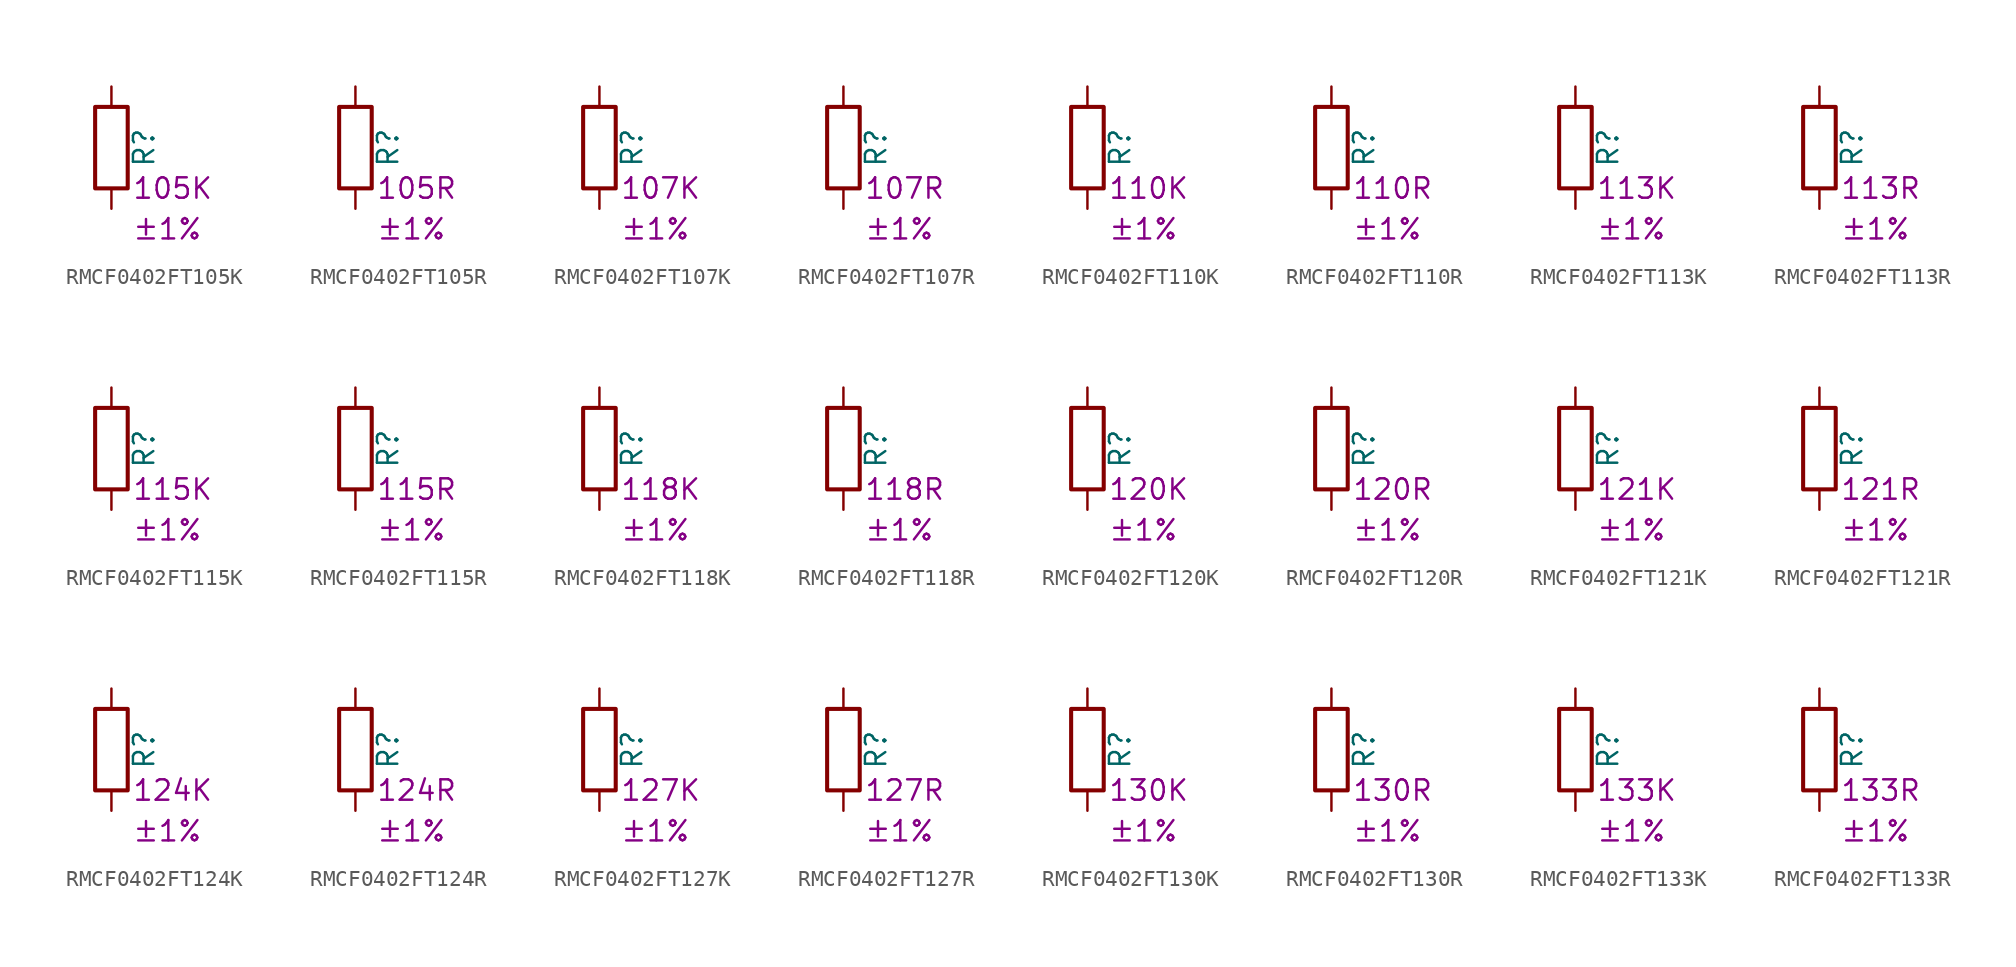
<source format=kicad_sym>
(kicad_symbol_lib
  (version 20220914)
  (generator kicad_symbol_editor)
  (symbol "RMCF0402FT105K"
    (pin_numbers hide)
    (pin_names
      (offset 0))
    (property "Reference" "R"
      (at 2.032 0 90)
      (effects (font (size 1.27 1.27))))
    (property "Resistance" "105K"
      (at 1.27 -2.54 0)
      (effects (font (size 1.27 1.27)) (justify left)))
    (property "Tolerance" "±1%"
      (at 1.27 -5.08 0)
      (effects (font (size 1.27 1.27)) (justify left)))
    (symbol "RMCF0402FT105K_0_1"
      (rectangle (start -1.016 -2.54) (end 1.016 2.54) (stroke (width 0.254) (type default)) (fill (type none))))
    (symbol "RMCF0402FT105K_1_1"
      (pin passive line (at 0 3.81 270) (length 1.27) (name "~" (effects (font (size 1.27 1.27)))) (number "1" (effects (font (size 1.27 1.27)))))
      (pin passive line (at 0 -3.81 90) (length 1.27) (name "~" (effects (font (size 1.27 1.27)))) (number "2" (effects (font (size 1.27 1.27)))))))
  (symbol "RMCF0402FT105R"
    (pin_numbers hide)
    (pin_names
      (offset 0))
    (property "Reference" "R"
      (at 2.032 0 90)
      (effects (font (size 1.27 1.27))))
    (property "Resistance" "105R"
      (at 1.27 -2.54 0)
      (effects (font (size 1.27 1.27)) (justify left)))
    (property "Tolerance" "±1%"
      (at 1.27 -5.08 0)
      (effects (font (size 1.27 1.27)) (justify left)))
    (symbol "RMCF0402FT105R_0_1"
      (rectangle (start -1.016 -2.54) (end 1.016 2.54) (stroke (width 0.254) (type default)) (fill (type none))))
    (symbol "RMCF0402FT105R_1_1"
      (pin passive line (at 0 3.81 270) (length 1.27) (name "~" (effects (font (size 1.27 1.27)))) (number "1" (effects (font (size 1.27 1.27)))))
      (pin passive line (at 0 -3.81 90) (length 1.27) (name "~" (effects (font (size 1.27 1.27)))) (number "2" (effects (font (size 1.27 1.27)))))))
  (symbol "RMCF0402FT107K"
    (pin_numbers hide)
    (pin_names
      (offset 0))
    (property "Reference" "R"
      (at 2.032 0 90)
      (effects (font (size 1.27 1.27))))
    (property "Resistance" "107K"
      (at 1.27 -2.54 0)
      (effects (font (size 1.27 1.27)) (justify left)))
    (property "Tolerance" "±1%"
      (at 1.27 -5.08 0)
      (effects (font (size 1.27 1.27)) (justify left)))
    (symbol "RMCF0402FT107K_0_1"
      (rectangle (start -1.016 -2.54) (end 1.016 2.54) (stroke (width 0.254) (type default)) (fill (type none))))
    (symbol "RMCF0402FT107K_1_1"
      (pin passive line (at 0 3.81 270) (length 1.27) (name "~" (effects (font (size 1.27 1.27)))) (number "1" (effects (font (size 1.27 1.27)))))
      (pin passive line (at 0 -3.81 90) (length 1.27) (name "~" (effects (font (size 1.27 1.27)))) (number "2" (effects (font (size 1.27 1.27)))))))
  (symbol "RMCF0402FT107R"
    (pin_numbers hide)
    (pin_names
      (offset 0))
    (property "Reference" "R"
      (at 2.032 0 90)
      (effects (font (size 1.27 1.27))))
    (property "Resistance" "107R"
      (at 1.27 -2.54 0)
      (effects (font (size 1.27 1.27)) (justify left)))
    (property "Tolerance" "±1%"
      (at 1.27 -5.08 0)
      (effects (font (size 1.27 1.27)) (justify left)))
    (symbol "RMCF0402FT107R_0_1"
      (rectangle (start -1.016 -2.54) (end 1.016 2.54) (stroke (width 0.254) (type default)) (fill (type none))))
    (symbol "RMCF0402FT107R_1_1"
      (pin passive line (at 0 3.81 270) (length 1.27) (name "~" (effects (font (size 1.27 1.27)))) (number "1" (effects (font (size 1.27 1.27)))))
      (pin passive line (at 0 -3.81 90) (length 1.27) (name "~" (effects (font (size 1.27 1.27)))) (number "2" (effects (font (size 1.27 1.27)))))))
  (symbol "RMCF0402FT110K"
    (pin_numbers hide)
    (pin_names
      (offset 0))
    (property "Reference" "R"
      (at 2.032 0 90)
      (effects (font (size 1.27 1.27))))
    (property "Resistance" "110K"
      (at 1.27 -2.54 0)
      (effects (font (size 1.27 1.27)) (justify left)))
    (property "Tolerance" "±1%"
      (at 1.27 -5.08 0)
      (effects (font (size 1.27 1.27)) (justify left)))
    (symbol "RMCF0402FT110K_0_1"
      (rectangle (start -1.016 -2.54) (end 1.016 2.54) (stroke (width 0.254) (type default)) (fill (type none))))
    (symbol "RMCF0402FT110K_1_1"
      (pin passive line (at 0 3.81 270) (length 1.27) (name "~" (effects (font (size 1.27 1.27)))) (number "1" (effects (font (size 1.27 1.27)))))
      (pin passive line (at 0 -3.81 90) (length 1.27) (name "~" (effects (font (size 1.27 1.27)))) (number "2" (effects (font (size 1.27 1.27)))))))
  (symbol "RMCF0402FT110R"
    (pin_numbers hide)
    (pin_names
      (offset 0))
    (property "Reference" "R"
      (at 2.032 0 90)
      (effects (font (size 1.27 1.27))))
    (property "Resistance" "110R"
      (at 1.27 -2.54 0)
      (effects (font (size 1.27 1.27)) (justify left)))
    (property "Tolerance" "±1%"
      (at 1.27 -5.08 0)
      (effects (font (size 1.27 1.27)) (justify left)))
    (symbol "RMCF0402FT110R_0_1"
      (rectangle (start -1.016 -2.54) (end 1.016 2.54) (stroke (width 0.254) (type default)) (fill (type none))))
    (symbol "RMCF0402FT110R_1_1"
      (pin passive line (at 0 3.81 270) (length 1.27) (name "~" (effects (font (size 1.27 1.27)))) (number "1" (effects (font (size 1.27 1.27)))))
      (pin passive line (at 0 -3.81 90) (length 1.27) (name "~" (effects (font (size 1.27 1.27)))) (number "2" (effects (font (size 1.27 1.27)))))))
  (symbol "RMCF0402FT113K"
    (pin_numbers hide)
    (pin_names
      (offset 0))
    (property "Reference" "R"
      (at 2.032 0 90)
      (effects (font (size 1.27 1.27))))
    (property "Resistance" "113K"
      (at 1.27 -2.54 0)
      (effects (font (size 1.27 1.27)) (justify left)))
    (property "Tolerance" "±1%"
      (at 1.27 -5.08 0)
      (effects (font (size 1.27 1.27)) (justify left)))
    (symbol "RMCF0402FT113K_0_1"
      (rectangle (start -1.016 -2.54) (end 1.016 2.54) (stroke (width 0.254) (type default)) (fill (type none))))
    (symbol "RMCF0402FT113K_1_1"
      (pin passive line (at 0 3.81 270) (length 1.27) (name "~" (effects (font (size 1.27 1.27)))) (number "1" (effects (font (size 1.27 1.27)))))
      (pin passive line (at 0 -3.81 90) (length 1.27) (name "~" (effects (font (size 1.27 1.27)))) (number "2" (effects (font (size 1.27 1.27)))))))
  (symbol "RMCF0402FT113R"
    (pin_numbers hide)
    (pin_names
      (offset 0))
    (property "Reference" "R"
      (at 2.032 0 90)
      (effects (font (size 1.27 1.27))))
    (property "Resistance" "113R"
      (at 1.27 -2.54 0)
      (effects (font (size 1.27 1.27)) (justify left)))
    (property "Tolerance" "±1%"
      (at 1.27 -5.08 0)
      (effects (font (size 1.27 1.27)) (justify left)))
    (symbol "RMCF0402FT113R_0_1"
      (rectangle (start -1.016 -2.54) (end 1.016 2.54) (stroke (width 0.254) (type default)) (fill (type none))))
    (symbol "RMCF0402FT113R_1_1"
      (pin passive line (at 0 3.81 270) (length 1.27) (name "~" (effects (font (size 1.27 1.27)))) (number "1" (effects (font (size 1.27 1.27)))))
      (pin passive line (at 0 -3.81 90) (length 1.27) (name "~" (effects (font (size 1.27 1.27)))) (number "2" (effects (font (size 1.27 1.27)))))))
  (symbol "RMCF0402FT115K"
    (pin_numbers hide)
    (pin_names
      (offset 0))
    (property "Reference" "R"
      (at 2.032 0 90)
      (effects (font (size 1.27 1.27))))
    (property "Resistance" "115K"
      (at 1.27 -2.54 0)
      (effects (font (size 1.27 1.27)) (justify left)))
    (property "Tolerance" "±1%"
      (at 1.27 -5.08 0)
      (effects (font (size 1.27 1.27)) (justify left)))
    (symbol "RMCF0402FT115K_0_1"
      (rectangle (start -1.016 -2.54) (end 1.016 2.54) (stroke (width 0.254) (type default)) (fill (type none))))
    (symbol "RMCF0402FT115K_1_1"
      (pin passive line (at 0 3.81 270) (length 1.27) (name "~" (effects (font (size 1.27 1.27)))) (number "1" (effects (font (size 1.27 1.27)))))
      (pin passive line (at 0 -3.81 90) (length 1.27) (name "~" (effects (font (size 1.27 1.27)))) (number "2" (effects (font (size 1.27 1.27)))))))
  (symbol "RMCF0402FT115R"
    (pin_numbers hide)
    (pin_names
      (offset 0))
    (property "Reference" "R"
      (at 2.032 0 90)
      (effects (font (size 1.27 1.27))))
    (property "Resistance" "115R"
      (at 1.27 -2.54 0)
      (effects (font (size 1.27 1.27)) (justify left)))
    (property "Tolerance" "±1%"
      (at 1.27 -5.08 0)
      (effects (font (size 1.27 1.27)) (justify left)))
    (symbol "RMCF0402FT115R_0_1"
      (rectangle (start -1.016 -2.54) (end 1.016 2.54) (stroke (width 0.254) (type default)) (fill (type none))))
    (symbol "RMCF0402FT115R_1_1"
      (pin passive line (at 0 3.81 270) (length 1.27) (name "~" (effects (font (size 1.27 1.27)))) (number "1" (effects (font (size 1.27 1.27)))))
      (pin passive line (at 0 -3.81 90) (length 1.27) (name "~" (effects (font (size 1.27 1.27)))) (number "2" (effects (font (size 1.27 1.27)))))))
  (symbol "RMCF0402FT118K"
    (pin_numbers hide)
    (pin_names
      (offset 0))
    (property "Reference" "R"
      (at 2.032 0 90)
      (effects (font (size 1.27 1.27))))
    (property "Resistance" "118K"
      (at 1.27 -2.54 0)
      (effects (font (size 1.27 1.27)) (justify left)))
    (property "Tolerance" "±1%"
      (at 1.27 -5.08 0)
      (effects (font (size 1.27 1.27)) (justify left)))
    (symbol "RMCF0402FT118K_0_1"
      (rectangle (start -1.016 -2.54) (end 1.016 2.54) (stroke (width 0.254) (type default)) (fill (type none))))
    (symbol "RMCF0402FT118K_1_1"
      (pin passive line (at 0 3.81 270) (length 1.27) (name "~" (effects (font (size 1.27 1.27)))) (number "1" (effects (font (size 1.27 1.27)))))
      (pin passive line (at 0 -3.81 90) (length 1.27) (name "~" (effects (font (size 1.27 1.27)))) (number "2" (effects (font (size 1.27 1.27)))))))
  (symbol "RMCF0402FT118R"
    (pin_numbers hide)
    (pin_names
      (offset 0))
    (property "Reference" "R"
      (at 2.032 0 90)
      (effects (font (size 1.27 1.27))))
    (property "Resistance" "118R"
      (at 1.27 -2.54 0)
      (effects (font (size 1.27 1.27)) (justify left)))
    (property "Tolerance" "±1%"
      (at 1.27 -5.08 0)
      (effects (font (size 1.27 1.27)) (justify left)))
    (symbol "RMCF0402FT118R_0_1"
      (rectangle (start -1.016 -2.54) (end 1.016 2.54) (stroke (width 0.254) (type default)) (fill (type none))))
    (symbol "RMCF0402FT118R_1_1"
      (pin passive line (at 0 3.81 270) (length 1.27) (name "~" (effects (font (size 1.27 1.27)))) (number "1" (effects (font (size 1.27 1.27)))))
      (pin passive line (at 0 -3.81 90) (length 1.27) (name "~" (effects (font (size 1.27 1.27)))) (number "2" (effects (font (size 1.27 1.27)))))))
  (symbol "RMCF0402FT120K"
    (pin_numbers hide)
    (pin_names
      (offset 0))
    (property "Reference" "R"
      (at 2.032 0 90)
      (effects (font (size 1.27 1.27))))
    (property "Resistance" "120K"
      (at 1.27 -2.54 0)
      (effects (font (size 1.27 1.27)) (justify left)))
    (property "Tolerance" "±1%"
      (at 1.27 -5.08 0)
      (effects (font (size 1.27 1.27)) (justify left)))
    (symbol "RMCF0402FT120K_0_1"
      (rectangle (start -1.016 -2.54) (end 1.016 2.54) (stroke (width 0.254) (type default)) (fill (type none))))
    (symbol "RMCF0402FT120K_1_1"
      (pin passive line (at 0 3.81 270) (length 1.27) (name "~" (effects (font (size 1.27 1.27)))) (number "1" (effects (font (size 1.27 1.27)))))
      (pin passive line (at 0 -3.81 90) (length 1.27) (name "~" (effects (font (size 1.27 1.27)))) (number "2" (effects (font (size 1.27 1.27)))))))
  (symbol "RMCF0402FT120R"
    (pin_numbers hide)
    (pin_names
      (offset 0))
    (property "Reference" "R"
      (at 2.032 0 90)
      (effects (font (size 1.27 1.27))))
    (property "Resistance" "120R"
      (at 1.27 -2.54 0)
      (effects (font (size 1.27 1.27)) (justify left)))
    (property "Tolerance" "±1%"
      (at 1.27 -5.08 0)
      (effects (font (size 1.27 1.27)) (justify left)))
    (symbol "RMCF0402FT120R_0_1"
      (rectangle (start -1.016 -2.54) (end 1.016 2.54) (stroke (width 0.254) (type default)) (fill (type none))))
    (symbol "RMCF0402FT120R_1_1"
      (pin passive line (at 0 3.81 270) (length 1.27) (name "~" (effects (font (size 1.27 1.27)))) (number "1" (effects (font (size 1.27 1.27)))))
      (pin passive line (at 0 -3.81 90) (length 1.27) (name "~" (effects (font (size 1.27 1.27)))) (number "2" (effects (font (size 1.27 1.27)))))))
  (symbol "RMCF0402FT121K"
    (pin_numbers hide)
    (pin_names
      (offset 0))
    (property "Reference" "R"
      (at 2.032 0 90)
      (effects (font (size 1.27 1.27))))
    (property "Resistance" "121K"
      (at 1.27 -2.54 0)
      (effects (font (size 1.27 1.27)) (justify left)))
    (property "Tolerance" "±1%"
      (at 1.27 -5.08 0)
      (effects (font (size 1.27 1.27)) (justify left)))
    (symbol "RMCF0402FT121K_0_1"
      (rectangle (start -1.016 -2.54) (end 1.016 2.54) (stroke (width 0.254) (type default)) (fill (type none))))
    (symbol "RMCF0402FT121K_1_1"
      (pin passive line (at 0 3.81 270) (length 1.27) (name "~" (effects (font (size 1.27 1.27)))) (number "1" (effects (font (size 1.27 1.27)))))
      (pin passive line (at 0 -3.81 90) (length 1.27) (name "~" (effects (font (size 1.27 1.27)))) (number "2" (effects (font (size 1.27 1.27)))))))
  (symbol "RMCF0402FT121R"
    (pin_numbers hide)
    (pin_names
      (offset 0))
    (property "Reference" "R"
      (at 2.032 0 90)
      (effects (font (size 1.27 1.27))))
    (property "Resistance" "121R"
      (at 1.27 -2.54 0)
      (effects (font (size 1.27 1.27)) (justify left)))
    (property "Tolerance" "±1%"
      (at 1.27 -5.08 0)
      (effects (font (size 1.27 1.27)) (justify left)))
    (symbol "RMCF0402FT121R_0_1"
      (rectangle (start -1.016 -2.54) (end 1.016 2.54) (stroke (width 0.254) (type default)) (fill (type none))))
    (symbol "RMCF0402FT121R_1_1"
      (pin passive line (at 0 3.81 270) (length 1.27) (name "~" (effects (font (size 1.27 1.27)))) (number "1" (effects (font (size 1.27 1.27)))))
      (pin passive line (at 0 -3.81 90) (length 1.27) (name "~" (effects (font (size 1.27 1.27)))) (number "2" (effects (font (size 1.27 1.27)))))))
  (symbol "RMCF0402FT124K"
    (pin_numbers hide)
    (pin_names
      (offset 0))
    (property "Reference" "R"
      (at 2.032 0 90)
      (effects (font (size 1.27 1.27))))
    (property "Resistance" "124K"
      (at 1.27 -2.54 0)
      (effects (font (size 1.27 1.27)) (justify left)))
    (property "Tolerance" "±1%"
      (at 1.27 -5.08 0)
      (effects (font (size 1.27 1.27)) (justify left)))
    (symbol "RMCF0402FT124K_0_1"
      (rectangle (start -1.016 -2.54) (end 1.016 2.54) (stroke (width 0.254) (type default)) (fill (type none))))
    (symbol "RMCF0402FT124K_1_1"
      (pin passive line (at 0 3.81 270) (length 1.27) (name "~" (effects (font (size 1.27 1.27)))) (number "1" (effects (font (size 1.27 1.27)))))
      (pin passive line (at 0 -3.81 90) (length 1.27) (name "~" (effects (font (size 1.27 1.27)))) (number "2" (effects (font (size 1.27 1.27)))))))
  (symbol "RMCF0402FT124R"
    (pin_numbers hide)
    (pin_names
      (offset 0))
    (property "Reference" "R"
      (at 2.032 0 90)
      (effects (font (size 1.27 1.27))))
    (property "Resistance" "124R"
      (at 1.27 -2.54 0)
      (effects (font (size 1.27 1.27)) (justify left)))
    (property "Tolerance" "±1%"
      (at 1.27 -5.08 0)
      (effects (font (size 1.27 1.27)) (justify left)))
    (symbol "RMCF0402FT124R_0_1"
      (rectangle (start -1.016 -2.54) (end 1.016 2.54) (stroke (width 0.254) (type default)) (fill (type none))))
    (symbol "RMCF0402FT124R_1_1"
      (pin passive line (at 0 3.81 270) (length 1.27) (name "~" (effects (font (size 1.27 1.27)))) (number "1" (effects (font (size 1.27 1.27)))))
      (pin passive line (at 0 -3.81 90) (length 1.27) (name "~" (effects (font (size 1.27 1.27)))) (number "2" (effects (font (size 1.27 1.27)))))))
  (symbol "RMCF0402FT127K"
    (pin_numbers hide)
    (pin_names
      (offset 0))
    (property "Reference" "R"
      (at 2.032 0 90)
      (effects (font (size 1.27 1.27))))
    (property "Resistance" "127K"
      (at 1.27 -2.54 0)
      (effects (font (size 1.27 1.27)) (justify left)))
    (property "Tolerance" "±1%"
      (at 1.27 -5.08 0)
      (effects (font (size 1.27 1.27)) (justify left)))
    (symbol "RMCF0402FT127K_0_1"
      (rectangle (start -1.016 -2.54) (end 1.016 2.54) (stroke (width 0.254) (type default)) (fill (type none))))
    (symbol "RMCF0402FT127K_1_1"
      (pin passive line (at 0 3.81 270) (length 1.27) (name "~" (effects (font (size 1.27 1.27)))) (number "1" (effects (font (size 1.27 1.27)))))
      (pin passive line (at 0 -3.81 90) (length 1.27) (name "~" (effects (font (size 1.27 1.27)))) (number "2" (effects (font (size 1.27 1.27)))))))
  (symbol "RMCF0402FT127R"
    (pin_numbers hide)
    (pin_names
      (offset 0))
    (property "Reference" "R"
      (at 2.032 0 90)
      (effects (font (size 1.27 1.27))))
    (property "Resistance" "127R"
      (at 1.27 -2.54 0)
      (effects (font (size 1.27 1.27)) (justify left)))
    (property "Tolerance" "±1%"
      (at 1.27 -5.08 0)
      (effects (font (size 1.27 1.27)) (justify left)))
    (symbol "RMCF0402FT127R_0_1"
      (rectangle (start -1.016 -2.54) (end 1.016 2.54) (stroke (width 0.254) (type default)) (fill (type none))))
    (symbol "RMCF0402FT127R_1_1"
      (pin passive line (at 0 3.81 270) (length 1.27) (name "~" (effects (font (size 1.27 1.27)))) (number "1" (effects (font (size 1.27 1.27)))))
      (pin passive line (at 0 -3.81 90) (length 1.27) (name "~" (effects (font (size 1.27 1.27)))) (number "2" (effects (font (size 1.27 1.27)))))))
  (symbol "RMCF0402FT130K"
    (pin_numbers hide)
    (pin_names
      (offset 0))
    (property "Reference" "R"
      (at 2.032 0 90)
      (effects (font (size 1.27 1.27))))
    (property "Resistance" "130K"
      (at 1.27 -2.54 0)
      (effects (font (size 1.27 1.27)) (justify left)))
    (property "Tolerance" "±1%"
      (at 1.27 -5.08 0)
      (effects (font (size 1.27 1.27)) (justify left)))
    (symbol "RMCF0402FT130K_0_1"
      (rectangle (start -1.016 -2.54) (end 1.016 2.54) (stroke (width 0.254) (type default)) (fill (type none))))
    (symbol "RMCF0402FT130K_1_1"
      (pin passive line (at 0 3.81 270) (length 1.27) (name "~" (effects (font (size 1.27 1.27)))) (number "1" (effects (font (size 1.27 1.27)))))
      (pin passive line (at 0 -3.81 90) (length 1.27) (name "~" (effects (font (size 1.27 1.27)))) (number "2" (effects (font (size 1.27 1.27)))))))
  (symbol "RMCF0402FT130R"
    (pin_numbers hide)
    (pin_names
      (offset 0))
    (property "Reference" "R"
      (at 2.032 0 90)
      (effects (font (size 1.27 1.27))))
    (property "Resistance" "130R"
      (at 1.27 -2.54 0)
      (effects (font (size 1.27 1.27)) (justify left)))
    (property "Tolerance" "±1%"
      (at 1.27 -5.08 0)
      (effects (font (size 1.27 1.27)) (justify left)))
    (symbol "RMCF0402FT130R_0_1"
      (rectangle (start -1.016 -2.54) (end 1.016 2.54) (stroke (width 0.254) (type default)) (fill (type none))))
    (symbol "RMCF0402FT130R_1_1"
      (pin passive line (at 0 3.81 270) (length 1.27) (name "~" (effects (font (size 1.27 1.27)))) (number "1" (effects (font (size 1.27 1.27)))))
      (pin passive line (at 0 -3.81 90) (length 1.27) (name "~" (effects (font (size 1.27 1.27)))) (number "2" (effects (font (size 1.27 1.27)))))))
  (symbol "RMCF0402FT133K"
    (pin_numbers hide)
    (pin_names
      (offset 0))
    (property "Reference" "R"
      (at 2.032 0 90)
      (effects (font (size 1.27 1.27))))
    (property "Resistance" "133K"
      (at 1.27 -2.54 0)
      (effects (font (size 1.27 1.27)) (justify left)))
    (property "Tolerance" "±1%"
      (at 1.27 -5.08 0)
      (effects (font (size 1.27 1.27)) (justify left)))
    (symbol "RMCF0402FT133K_0_1"
      (rectangle (start -1.016 -2.54) (end 1.016 2.54) (stroke (width 0.254) (type default)) (fill (type none))))
    (symbol "RMCF0402FT133K_1_1"
      (pin passive line (at 0 3.81 270) (length 1.27) (name "~" (effects (font (size 1.27 1.27)))) (number "1" (effects (font (size 1.27 1.27)))))
      (pin passive line (at 0 -3.81 90) (length 1.27) (name "~" (effects (font (size 1.27 1.27)))) (number "2" (effects (font (size 1.27 1.27)))))))
  (symbol "RMCF0402FT133R"
    (pin_numbers hide)
    (pin_names
      (offset 0))
    (property "Reference" "R"
      (at 2.032 0 90)
      (effects (font (size 1.27 1.27))))
    (property "Resistance" "133R"
      (at 1.27 -2.54 0)
      (effects (font (size 1.27 1.27)) (justify left)))
    (property "Tolerance" "±1%"
      (at 1.27 -5.08 0)
      (effects (font (size 1.27 1.27)) (justify left)))
    (symbol "RMCF0402FT133R_0_1"
      (rectangle (start -1.016 -2.54) (end 1.016 2.54) (stroke (width 0.254) (type default)) (fill (type none))))
    (symbol "RMCF0402FT133R_1_1"
      (pin passive line (at 0 3.81 270) (length 1.27) (name "~" (effects (font (size 1.27 1.27)))) (number "1" (effects (font (size 1.27 1.27)))))
      (pin passive line (at 0 -3.81 90) (length 1.27) (name "~" (effects (font (size 1.27 1.27)))) (number "2" (effects (font (size 1.27 1.27))))))))
</source>
